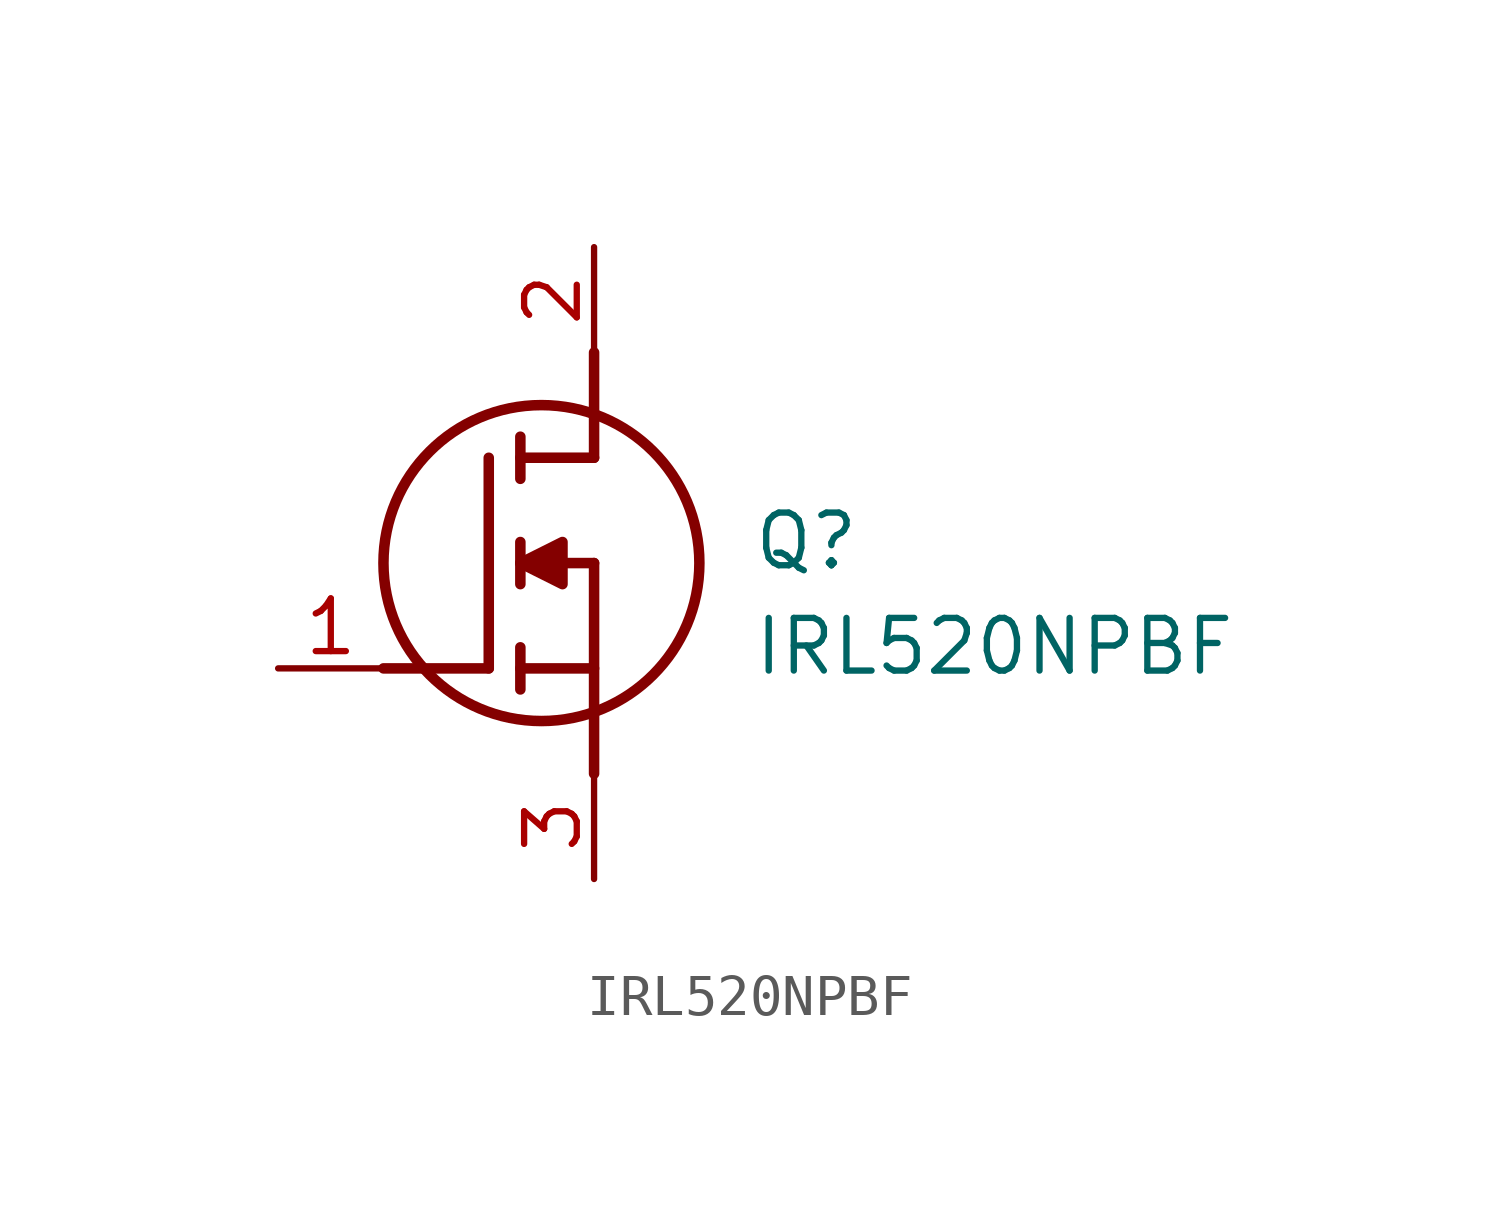
<source format=kicad_sym>
(kicad_symbol_lib
  (version 20211014)
  (generator SamacSys_ECAD_Model)
  (symbol "IRL520NPBF"
    (pin_names hide)
    (property "Reference" "Q"
      (at 11.43 3.81 0)
      (effects (font (size 1.27 1.27)) (justify left top)))
    (property "Value" "IRL520NPBF"
      (at 11.43 1.27 0)
      (effects (font (size 1.27 1.27)) (justify left top)))
    (polyline
      (pts (xy 7.62 2.54) (xy 7.62 -2.54))
      (stroke (width 0.254) (type default))
      (fill (type none)))
    (polyline
      (pts (xy 7.62 5.08) (xy 7.62 7.62))
      (stroke (width 0.254) (type default))
      (fill (type none)))
    (polyline
      (pts (xy 2.54 0) (xy 5.08 0))
      (stroke (width 0.254) (type default))
      (fill (type none)))
    (polyline
      (pts (xy 5.08 5.08) (xy 5.08 0))
      (stroke (width 0.254) (type default))
      (fill (type none)))
    (polyline
      (pts (xy 7.62 2.54) (xy 5.842 2.54))
      (stroke (width 0.254) (type default))
      (fill (type none)))
    (polyline
      (pts (xy 7.62 5.08) (xy 5.842 5.08))
      (stroke (width 0.254) (type default))
      (fill (type none)))
    (polyline
      (pts (xy 5.842 0) (xy 7.62 0))
      (stroke (width 0.254) (type default))
      (fill (type none)))
    (polyline
      (pts (xy 5.842 5.588) (xy 5.842 4.572))
      (stroke (width 0.254) (type default))
      (fill (type none)))
    (polyline
      (pts (xy 5.842 -0.508) (xy 5.842 0.508))
      (stroke (width 0.254) (type default))
      (fill (type none)))
    (polyline
      (pts (xy 5.842 2.032) (xy 5.842 3.048))
      (stroke (width 0.254) (type default))
      (fill (type none)))
    (circle
      (center 6.35 2.54)
      (radius 3.81)
      (stroke (width 0.254) (type default))
      (fill (type none)))
    (polyline
      (pts (xy 5.842 2.54) (xy 6.858 3.048) (xy 6.858 2.032) (xy 5.842 2.54))
      (stroke (width 0.254) (type default))
      (fill (type outline)))
    (pin passive line
      (at 0 0 0)
      (length 2.54)
      (name "G" (effects (font (size 1.27 1.27))))
      (number "1" (effects (font (size 1.27 1.27)))))
    (pin passive line
      (at 7.62 10.16 270)
      (length 2.54)
      (name "D" (effects (font (size 1.27 1.27))))
      (number "2" (effects (font (size 1.27 1.27)))))
    (pin passive line
      (at 7.62 -5.08 90)
      (length 2.54)
      (name "S" (effects (font (size 1.27 1.27))))
      (number "3" (effects (font (size 1.27 1.27)))))))
</source>
